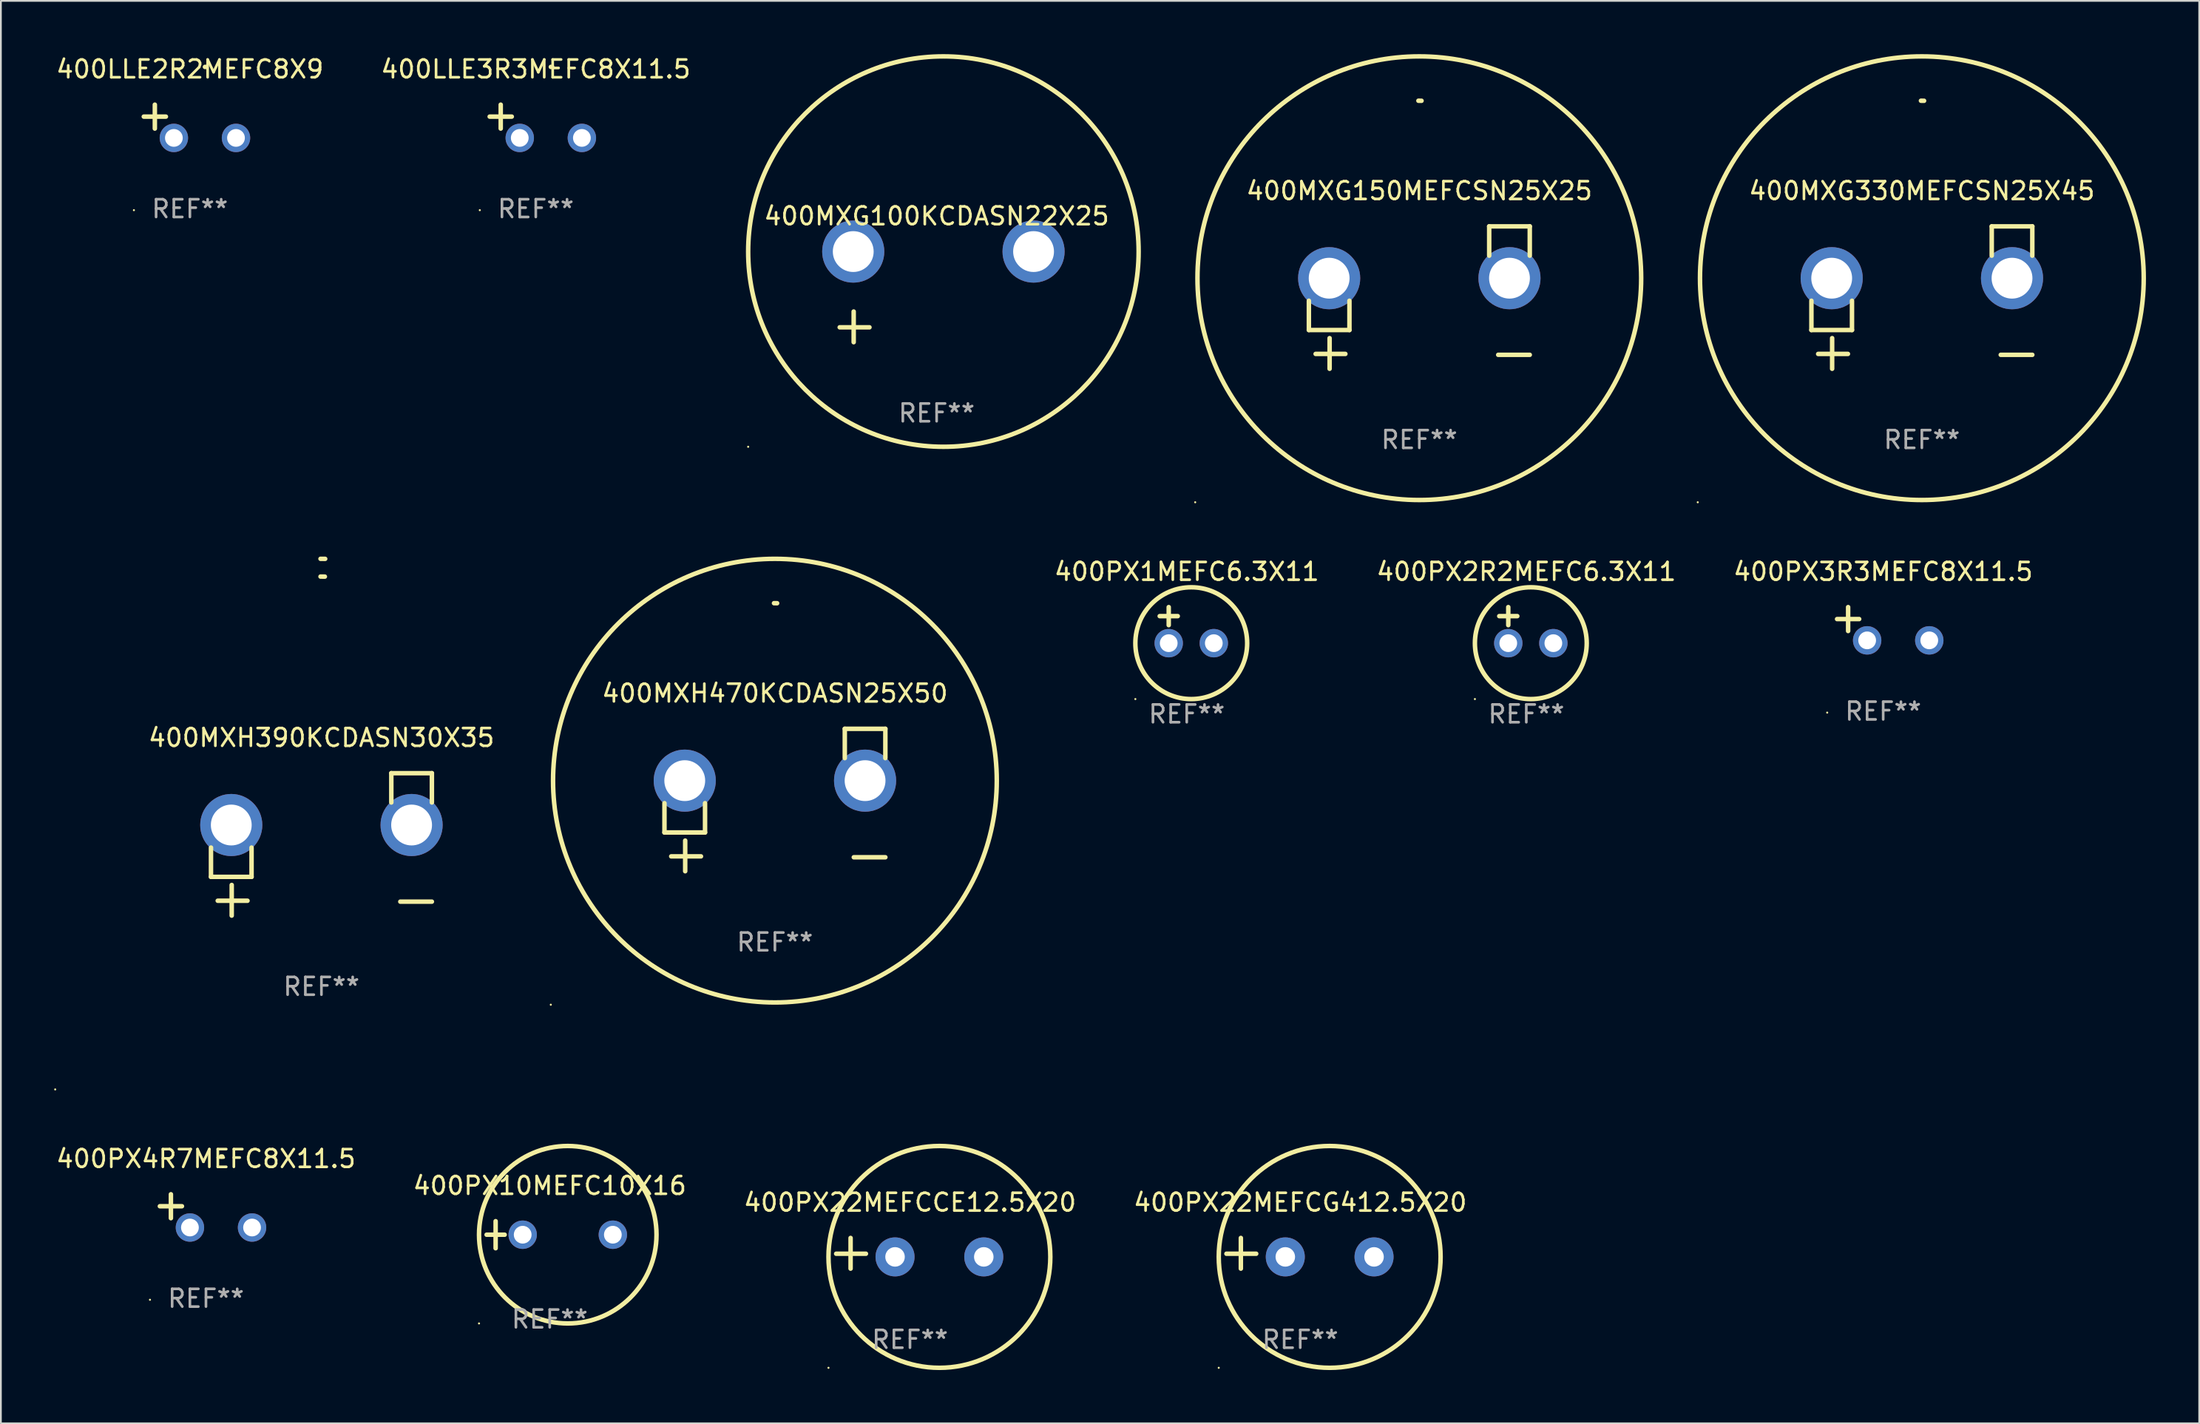
<source format=kicad_pcb>
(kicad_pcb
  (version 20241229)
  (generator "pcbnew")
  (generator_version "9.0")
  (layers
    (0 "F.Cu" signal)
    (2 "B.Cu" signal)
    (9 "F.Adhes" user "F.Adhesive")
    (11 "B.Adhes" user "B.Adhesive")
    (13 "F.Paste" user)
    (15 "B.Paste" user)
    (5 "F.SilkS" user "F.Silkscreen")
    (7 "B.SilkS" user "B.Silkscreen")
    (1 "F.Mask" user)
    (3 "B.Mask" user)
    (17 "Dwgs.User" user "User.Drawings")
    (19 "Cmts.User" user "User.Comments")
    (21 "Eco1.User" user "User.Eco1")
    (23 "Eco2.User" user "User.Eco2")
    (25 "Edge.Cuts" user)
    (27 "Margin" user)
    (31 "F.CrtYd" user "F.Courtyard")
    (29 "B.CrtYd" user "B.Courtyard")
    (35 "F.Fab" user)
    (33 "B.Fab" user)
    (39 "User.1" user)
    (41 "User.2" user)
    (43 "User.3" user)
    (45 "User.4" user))
  (footprint "400LLE2R2MEFC8X9"
    (layer "F.Cu")
    (at 7.649 3.785)
    (property "Reference" "400LLE2R2MEFC8X9" (at 0 -2.937 0) (layer "F.SilkS") (effects (font (size 1 1) (thickness 0.15))))
    (attr through_hole)
    (fp_line (start -1.975 0.41) (end -1.975 -0.937) (stroke (width 0.254) (type solid)) (layer "F.SilkS"))
    (fp_line (start -1.353 -0.263) (end -2.597 -0.263) (stroke (width 0.254) (type solid)) (layer "F.SilkS"))
    (fp_arc (start 0.849809 -3.063957) (mid 0.885369 -3.064114) (end 0.920929 -3.063957) (stroke (width 0.254001) (type solid)) (layer "F.SilkS"))
    (fp_circle (center -3.154 5.008) (end -3.124 5.008) (stroke (width 0.06) (type solid)) (fill no) (layer "F.SilkS"))
    (fp_text user "REF**" (at 0 4.937 0) (layer "F.Fab") (effects (font (size 1 1) (thickness 0.15))))
    (pad "1" thru_hole circle (at -0.903 0.937) (size 1.6 1.6) (drill 1) (layers "*.Cu" "*.Mask"))
    (pad "2" thru_hole circle (at 2.597 0.937) (size 1.6 1.6) (drill 1) (layers "*.Cu" "*.Mask")))
  (footprint "400PX2R2MEFC6.3X11"
    (layer "F.Cu")
    (at 82.945 32.178)
    (property "Reference" "400PX2R2MEFC6.3X11" (at 0 -3.016 0) (layer "F.SilkS") (effects (font (size 1 1) (thickness 0.15))))
    (attr through_hole)
    (fp_line (start -1.524 -0.508) (end -0.508 -0.508) (stroke (width 0.254) (type solid)) (layer "F.SilkS"))
    (fp_line (start -1.016 -1.016) (end -1.016 0) (stroke (width 0.254) (type solid)) (layer "F.SilkS"))
    (fp_circle (center -2.896 4.166) (end -2.866 4.166) (stroke (width 0.06) (type solid)) (fill no) (layer "F.SilkS"))
    (fp_circle (center 0.254 1.016) (end 3.404 1.016) (stroke (width 0.254) (type solid)) (fill no) (layer "F.SilkS"))
    (fp_text user "REF**" (at 0 5.016 0) (layer "F.Fab") (effects (font (size 1 1) (thickness 0.15))))
    (pad "1" thru_hole circle (at -1.016 1.016) (size 1.6 1.6) (drill 1) (layers "*.Cu" "*.Mask"))
    (pad "2" thru_hole circle (at 1.524 1.016) (size 1.6 1.6) (drill 1) (layers "*.Cu" "*.Mask")))
  (footprint "400MXG100KCDASN22X25"
    (layer "F.Cu")
    (at 49.722 13.68)
    (property "Reference" "400MXG100KCDASN22X25" (at 0 -4.553 0) (layer "F.SilkS") (effects (font (size 1 1) (thickness 0.15))))
    (attr through_hole)
    (fp_line (start -4.674 2.553) (end -4.674 0.826) (stroke (width 0.254) (type solid)) (layer "F.SilkS"))
    (fp_line (start -3.785 1.715) (end -5.461 1.715) (stroke (width 0.254) (type solid)) (layer "F.SilkS"))
    (fp_circle (center -10.619 8.447) (end -10.589 8.447) (stroke (width 0.06) (type solid)) (fill no) (layer "F.SilkS"))
    (fp_circle (center 0.381 -2.553) (end 11.381 -2.553) (stroke (width 0.254) (type solid)) (fill no) (layer "F.SilkS"))
    (fp_text user "REF**" (at 0 6.553 0) (layer "F.Fab") (effects (font (size 1 1) (thickness 0.15))))
    (pad "1" thru_hole circle (at -4.699 -2.553) (size 3.5 3.5) (drill 2.3) (layers "*.Cu" "*.Mask"))
    (pad "2" thru_hole circle (at 5.461 -2.553) (size 3.5 3.5) (drill 2.3) (layers "*.Cu" "*.Mask")))
  (footprint "400MXG150MEFCSN25X25"
    (layer "F.Cu")
    (at 76.917 13.719)
    (property "Reference" "400MXG150MEFCSN25X25" (at 0 -6.013 0) (layer "F.SilkS") (effects (font (size 1 1) (thickness 0.15))))
    (attr through_hole)
    (fp_line (start -6.223 0.178) (end -6.223 1.829) (stroke (width 0.254) (type solid)) (layer "F.SilkS"))
    (fp_line (start -6.223 1.829) (end -3.937 1.829) (stroke (width 0.254) (type solid)) (layer "F.SilkS"))
    (fp_line (start -5.055 4.013) (end -5.055 2.286) (stroke (width 0.254) (type solid)) (layer "F.SilkS"))
    (fp_line (start -4.166 3.175) (end -5.842 3.175) (stroke (width 0.254) (type solid)) (layer "F.SilkS"))
    (fp_line (start -3.937 1.829) (end -3.937 0.178) (stroke (width 0.254) (type solid)) (layer "F.SilkS"))
    (fp_line (start 3.937 -4.013) (end 3.937 -2.362) (stroke (width 0.254) (type solid)) (layer "F.SilkS"))
    (fp_line (start 6.223 -4.013) (end 3.937 -4.013) (stroke (width 0.254) (type solid)) (layer "F.SilkS"))
    (fp_line (start 6.223 -2.362) (end 6.223 -4.013) (stroke (width 0.254) (type solid)) (layer "F.SilkS"))
    (fp_line (start 6.223 3.226) (end 4.445 3.226) (stroke (width 0.254) (type solid)) (layer "F.SilkS"))
    (fp_arc (start -0.0508 -11.092202) (mid 0.036835 -11.091307) (end 0.12446 -11.089662) (stroke (width 0.254001) (type solid)) (layer "F.SilkS"))
    (fp_circle (center -12.627 11.535) (end -12.597 11.535) (stroke (width 0.06) (type solid)) (fill no) (layer "F.SilkS"))
    (fp_circle (center 0 -1.092) (end 12.5 -1.092) (stroke (width 0.254) (type solid)) (fill no) (layer "F.SilkS"))
    (fp_text user "REF**" (at 0 8.013 0) (layer "F.Fab") (effects (font (size 1 1) (thickness 0.15))))
    (pad "1" thru_hole circle (at -5.08 -1.092) (size 3.5 3.5) (drill 2.3) (layers "*.Cu" "*.Mask"))
    (pad "2" thru_hole circle (at 5.08 -1.092) (size 3.5 3.5) (drill 2.3) (layers "*.Cu" "*.Mask")))
  (footprint "400MXG330MEFCSN25X45"
    (layer "F.Cu")
    (at 105.231 13.719)
    (property "Reference" "400MXG330MEFCSN25X45" (at 0 -6.013 0) (layer "F.SilkS") (effects (font (size 1 1) (thickness 0.15))))
    (attr through_hole)
    (fp_line (start -6.223 0.178) (end -6.223 1.829) (stroke (width 0.254) (type solid)) (layer "F.SilkS"))
    (fp_line (start -6.223 1.829) (end -3.937 1.829) (stroke (width 0.254) (type solid)) (layer "F.SilkS"))
    (fp_line (start -5.055 4.013) (end -5.055 2.286) (stroke (width 0.254) (type solid)) (layer "F.SilkS"))
    (fp_line (start -4.166 3.175) (end -5.842 3.175) (stroke (width 0.254) (type solid)) (layer "F.SilkS"))
    (fp_line (start -3.937 1.829) (end -3.937 0.178) (stroke (width 0.254) (type solid)) (layer "F.SilkS"))
    (fp_line (start 3.937 -4.013) (end 3.937 -2.362) (stroke (width 0.254) (type solid)) (layer "F.SilkS"))
    (fp_line (start 6.223 -4.013) (end 3.937 -4.013) (stroke (width 0.254) (type solid)) (layer "F.SilkS"))
    (fp_line (start 6.223 -2.362) (end 6.223 -4.013) (stroke (width 0.254) (type solid)) (layer "F.SilkS"))
    (fp_line (start 6.223 3.226) (end 4.445 3.226) (stroke (width 0.254) (type solid)) (layer "F.SilkS"))
    (fp_arc (start -0.0508 -11.092202) (mid 0.036835 -11.091307) (end 0.12446 -11.089662) (stroke (width 0.254001) (type solid)) (layer "F.SilkS"))
    (fp_circle (center -12.627 11.535) (end -12.597 11.535) (stroke (width 0.06) (type solid)) (fill no) (layer "F.SilkS"))
    (fp_circle (center 0 -1.092) (end 12.5 -1.092) (stroke (width 0.254) (type solid)) (fill no) (layer "F.SilkS"))
    (fp_text user "REF**" (at 0 8.013 0) (layer "F.Fab") (effects (font (size 1 1) (thickness 0.15))))
    (pad "1" thru_hole circle (at -5.08 -1.092) (size 3.5 3.5) (drill 2.3) (layers "*.Cu" "*.Mask"))
    (pad "2" thru_hole circle (at 5.08 -1.092) (size 3.5 3.5) (drill 2.3) (layers "*.Cu" "*.Mask")))
  (footprint "400LLE3R3MEFC8X11.5"
    (layer "F.Cu")
    (at 27.137 3.785)
    (property "Reference" "400LLE3R3MEFC8X11.5" (at 0 -2.937 0) (layer "F.SilkS") (effects (font (size 1 1) (thickness 0.15))))
    (attr through_hole)
    (fp_line (start -1.975 0.41) (end -1.975 -0.937) (stroke (width 0.254) (type solid)) (layer "F.SilkS"))
    (fp_line (start -1.353 -0.263) (end -2.597 -0.263) (stroke (width 0.254) (type solid)) (layer "F.SilkS"))
    (fp_arc (start 0.849809 -3.063957) (mid 0.885369 -3.064114) (end 0.920929 -3.063957) (stroke (width 0.254001) (type solid)) (layer "F.SilkS"))
    (fp_circle (center -3.154 5.008) (end -3.124 5.008) (stroke (width 0.06) (type solid)) (fill no) (layer "F.SilkS"))
    (fp_text user "REF**" (at 0 4.937 0) (layer "F.Fab") (effects (font (size 1 1) (thickness 0.15))))
    (pad "1" thru_hole circle (at -0.903 0.937) (size 1.6 1.6) (drill 1) (layers "*.Cu" "*.Mask"))
    (pad "2" thru_hole circle (at 2.597 0.937) (size 1.6 1.6) (drill 1) (layers "*.Cu" "*.Mask")))
  (footprint "400PX4R7MEFC8X11.5"
    (layer "F.Cu")
    (at 8.554 65.187)
    (property "Reference" "400PX4R7MEFC8X11.5" (at 0 -2.937 0) (layer "F.SilkS") (effects (font (size 1 1) (thickness 0.15))))
    (attr through_hole)
    (fp_line (start -1.975 0.41) (end -1.975 -0.937) (stroke (width 0.254) (type solid)) (layer "F.SilkS"))
    (fp_line (start -1.353 -0.263) (end -2.597 -0.263) (stroke (width 0.254) (type solid)) (layer "F.SilkS"))
    (fp_arc (start 0.849809 -3.063957) (mid 0.885369 -3.064114) (end 0.920929 -3.063957) (stroke (width 0.254001) (type solid)) (layer "F.SilkS"))
    (fp_circle (center -3.154 5.008) (end -3.124 5.008) (stroke (width 0.06) (type solid)) (fill no) (layer "F.SilkS"))
    (fp_text user "REF**" (at 0 4.937 0) (layer "F.Fab") (effects (font (size 1 1) (thickness 0.15))))
    (pad "1" thru_hole circle (at -0.903 0.937) (size 1.6 1.6) (drill 1) (layers "*.Cu" "*.Mask"))
    (pad "2" thru_hole circle (at 2.597 0.937) (size 1.6 1.6) (drill 1) (layers "*.Cu" "*.Mask")))
  (footprint "400PX3R3MEFC8X11.5"
    (layer "F.Cu")
    (at 103.052 32.099)
    (property "Reference" "400PX3R3MEFC8X11.5" (at 0 -2.937 0) (layer "F.SilkS") (effects (font (size 1 1) (thickness 0.15))))
    (attr through_hole)
    (fp_line (start -1.975 0.41) (end -1.975 -0.937) (stroke (width 0.254) (type solid)) (layer "F.SilkS"))
    (fp_line (start -1.353 -0.263) (end -2.597 -0.263) (stroke (width 0.254) (type solid)) (layer "F.SilkS"))
    (fp_arc (start 0.849809 -3.063957) (mid 0.885369 -3.064114) (end 0.920929 -3.063957) (stroke (width 0.254001) (type solid)) (layer "F.SilkS"))
    (fp_circle (center -3.154 5.008) (end -3.124 5.008) (stroke (width 0.06) (type solid)) (fill no) (layer "F.SilkS"))
    (fp_text user "REF**" (at 0 4.937 0) (layer "F.Fab") (effects (font (size 1 1) (thickness 0.15))))
    (pad "1" thru_hole circle (at -0.903 0.937) (size 1.6 1.6) (drill 1) (layers "*.Cu" "*.Mask"))
    (pad "2" thru_hole circle (at 2.597 0.937) (size 1.6 1.6) (drill 1) (layers "*.Cu" "*.Mask")))
  (footprint "400PX10MEFC10X16"
    (layer "F.Cu")
    (at 27.923 66.529)
    (property "Reference" "400PX10MEFC10X16" (at 0 -2.762 0) (layer "F.SilkS") (effects (font (size 1 1) (thickness 0.15))))
    (attr through_hole)
    (fp_line (start -3.556 0) (end -2.54 0) (stroke (width 0.254) (type solid)) (layer "F.SilkS"))
    (fp_line (start -3.048 -0.762) (end -3.048 0.762) (stroke (width 0.254) (type solid)) (layer "F.SilkS"))
    (fp_circle (center -3.984 5) (end -3.954 5) (stroke (width 0.06) (type solid)) (fill no) (layer "F.SilkS"))
    (fp_circle (center 1.016 0) (end 6.016 0) (stroke (width 0.254) (type solid)) (fill no) (layer "F.SilkS"))
    (fp_text user "REF**" (at 0 4.762 0) (layer "F.Fab") (effects (font (size 1 1) (thickness 0.15))))
    (pad "1" thru_hole circle (at -1.524 0) (size 1.6 1.6) (drill 1) (layers "*.Cu" "*.Mask"))
    (pad "2" thru_hole circle (at 3.556 0) (size 1.6 1.6) (drill 1) (layers "*.Cu" "*.Mask")))
  (footprint "400PX1MEFC6.3X11"
    (layer "F.Cu")
    (at 63.814 32.178)
    (property "Reference" "400PX1MEFC6.3X11" (at 0 -3.016 0) (layer "F.SilkS") (effects (font (size 1 1) (thickness 0.15))))
    (attr through_hole)
    (fp_line (start -1.524 -0.508) (end -0.508 -0.508) (stroke (width 0.254) (type solid)) (layer "F.SilkS"))
    (fp_line (start -1.016 -1.016) (end -1.016 0) (stroke (width 0.254) (type solid)) (layer "F.SilkS"))
    (fp_circle (center -2.896 4.166) (end -2.866 4.166) (stroke (width 0.06) (type solid)) (fill no) (layer "F.SilkS"))
    (fp_circle (center 0.254 1.016) (end 3.404 1.016) (stroke (width 0.254) (type solid)) (fill no) (layer "F.SilkS"))
    (fp_text user "REF**" (at 0 5.016 0) (layer "F.Fab") (effects (font (size 1 1) (thickness 0.15))))
    (pad "1" thru_hole circle (at -1.016 1.016) (size 1.6 1.6) (drill 1) (layers "*.Cu" "*.Mask"))
    (pad "2" thru_hole circle (at 1.524 1.016) (size 1.6 1.6) (drill 1) (layers "*.Cu" "*.Mask")))
  (footprint "400PX22MEFCG412.5X20"
    (layer "F.Cu")
    (at 70.208 67.576)
    (property "Reference" "400PX22MEFCG412.5X20" (at 0 -2.864 0) (layer "F.SilkS") (effects (font (size 1 1) (thickness 0.15))))
    (attr through_hole)
    (fp_line (start -3.346 0.864) (end -3.346 -0.864) (stroke (width 0.254) (type solid)) (layer "F.SilkS"))
    (fp_line (start -2.482 0.025) (end -4.158 0.025) (stroke (width 0.254) (type solid)) (layer "F.SilkS"))
    (fp_circle (center -4.592 6.453) (end -4.562 6.453) (stroke (width 0.06) (type solid)) (fill no) (layer "F.SilkS"))
    (fp_circle (center 1.658 0.203) (end 7.908 0.203) (stroke (width 0.254) (type solid)) (fill no) (layer "F.SilkS"))
    (fp_text user "REF**" (at 0 4.864 0) (layer "F.Fab") (effects (font (size 1 1) (thickness 0.15))))
    (pad "1" thru_hole circle (at -0.842 0.203) (size 2.2 2.2) (drill 1.1) (layers "*.Cu" "*.Mask"))
    (pad "2" thru_hole circle (at 4.158 0.203) (size 2.2 2.2) (drill 1.1) (layers "*.Cu" "*.Mask")))
  (footprint "400PX22MEFCCE12.5X20"
    (layer "F.Cu")
    (at 48.22 67.576)
    (property "Reference" "400PX22MEFCCE12.5X20" (at 0 -2.864 0) (layer "F.SilkS") (effects (font (size 1 1) (thickness 0.15))))
    (attr through_hole)
    (fp_line (start -3.346 0.864) (end -3.346 -0.864) (stroke (width 0.254) (type solid)) (layer "F.SilkS"))
    (fp_line (start -2.482 0.025) (end -4.158 0.025) (stroke (width 0.254) (type solid)) (layer "F.SilkS"))
    (fp_circle (center -4.592 6.453) (end -4.562 6.453) (stroke (width 0.06) (type solid)) (fill no) (layer "F.SilkS"))
    (fp_circle (center 1.658 0.203) (end 7.908 0.203) (stroke (width 0.254) (type solid)) (fill no) (layer "F.SilkS"))
    (fp_text user "REF**" (at 0 4.864 0) (layer "F.Fab") (effects (font (size 1 1) (thickness 0.15))))
    (pad "1" thru_hole circle (at -0.842 0.203) (size 2.2 2.2) (drill 1.1) (layers "*.Cu" "*.Mask"))
    (pad "2" thru_hole circle (at 4.158 0.203) (size 2.2 2.2) (drill 1.1) (layers "*.Cu" "*.Mask")))
  (footprint "400MXH470KCDASN25X50"
    (layer "F.Cu")
    (at 40.61 42.033)
    (property "Reference" "400MXH470KCDASN25X50" (at 0 -6.013 0) (layer "F.SilkS") (effects (font (size 1 1) (thickness 0.15))))
    (attr through_hole)
    (fp_line (start -6.223 0.178) (end -6.223 1.829) (stroke (width 0.254) (type solid)) (layer "F.SilkS"))
    (fp_line (start -6.223 1.829) (end -3.937 1.829) (stroke (width 0.254) (type solid)) (layer "F.SilkS"))
    (fp_line (start -5.055 4.013) (end -5.055 2.286) (stroke (width 0.254) (type solid)) (layer "F.SilkS"))
    (fp_line (start -4.166 3.175) (end -5.842 3.175) (stroke (width 0.254) (type solid)) (layer "F.SilkS"))
    (fp_line (start -3.937 1.829) (end -3.937 0.178) (stroke (width 0.254) (type solid)) (layer "F.SilkS"))
    (fp_line (start 3.937 -4.013) (end 3.937 -2.362) (stroke (width 0.254) (type solid)) (layer "F.SilkS"))
    (fp_line (start 6.223 -4.013) (end 3.937 -4.013) (stroke (width 0.254) (type solid)) (layer "F.SilkS"))
    (fp_line (start 6.223 -2.362) (end 6.223 -4.013) (stroke (width 0.254) (type solid)) (layer "F.SilkS"))
    (fp_line (start 6.223 3.226) (end 4.445 3.226) (stroke (width 0.254) (type solid)) (layer "F.SilkS"))
    (fp_arc (start -0.0508 -11.092202) (mid 0.036835 -11.091307) (end 0.12446 -11.089662) (stroke (width 0.254001) (type solid)) (layer "F.SilkS"))
    (fp_circle (center -12.627 11.535) (end -12.597 11.535) (stroke (width 0.06) (type solid)) (fill no) (layer "F.SilkS"))
    (fp_circle (center 0 -1.092) (end 12.5 -1.092) (stroke (width 0.254) (type solid)) (fill no) (layer "F.SilkS"))
    (fp_text user "REF**" (at 0 8.013 0) (layer "F.Fab") (effects (font (size 1 1) (thickness 0.15))))
    (pad "1" thru_hole circle (at -5.08 -1.092) (size 3.5 3.5) (drill 2.3) (layers "*.Cu" "*.Mask"))
    (pad "2" thru_hole circle (at 5.08 -1.092) (size 3.5 3.5) (drill 2.3) (layers "*.Cu" "*.Mask")))
  (footprint "400MXH390KCDASN30X35"
    (layer "F.Cu")
    (at 15.06 44.534)
    (property "Reference" "400MXH390KCDASN30X35" (at 0 -6.013 0) (layer "F.SilkS") (effects (font (size 1 1) (thickness 0.15))))
    (attr through_hole)
    (fp_line (start -6.223 0.178) (end -6.223 1.829) (stroke (width 0.254) (type solid)) (layer "F.SilkS"))
    (fp_line (start -6.223 1.829) (end -3.937 1.829) (stroke (width 0.254) (type solid)) (layer "F.SilkS"))
    (fp_line (start -5.055 4.013) (end -5.055 2.286) (stroke (width 0.254) (type solid)) (layer "F.SilkS"))
    (fp_line (start -4.166 3.175) (end -5.842 3.175) (stroke (width 0.254) (type solid)) (layer "F.SilkS"))
    (fp_line (start -3.937 1.829) (end -3.937 0.178) (stroke (width 0.254) (type solid)) (layer "F.SilkS"))
    (fp_line (start 3.937 -4.013) (end 3.937 -2.362) (stroke (width 0.254) (type solid)) (layer "F.SilkS"))
    (fp_line (start 6.223 -4.013) (end 3.937 -4.013) (stroke (width 0.254) (type solid)) (layer "F.SilkS"))
    (fp_line (start 6.223 -2.362) (end 6.223 -4.013) (stroke (width 0.254) (type solid)) (layer "F.SilkS"))
    (fp_line (start 6.223 3.226) (end 4.445 3.226) (stroke (width 0.254) (type solid)) (layer "F.SilkS"))
    (fp_arc (start -0.0508 -16.093472) (mid 0.080016 -16.092762) (end 0.210821 -16.090932) (stroke (width 0.254001) (type solid)) (layer "F.SilkS"))
    (fp_arc (start -0.0508 -15.09271) (mid 0.071125 -15.091961) (end 0.19304 -15.09017) (stroke (width 0.254001) (type solid)) (layer "F.SilkS"))
    (fp_circle (center -15 13.808) (end -14.97 13.808) (stroke (width 0.06) (type solid)) (fill no) (layer "F.SilkS"))
    (fp_text user "REF**" (at 0 8.013 0) (layer "F.Fab") (effects (font (size 1 1) (thickness 0.15))))
    (pad "1" thru_hole circle (at -5.08 -1.092) (size 3.5 3.5) (drill 2.3) (layers "*.Cu" "*.Mask"))
    (pad "2" thru_hole circle (at 5.08 -1.092) (size 3.5 3.5) (drill 2.3) (layers "*.Cu" "*.Mask")))
  (gr_rect
    (start -3 -3)
    (end 120.858 77.156)
    (stroke (width 0.1) (type default))
    (fill no)
    (layer "Edge.Cuts")))
</source>
